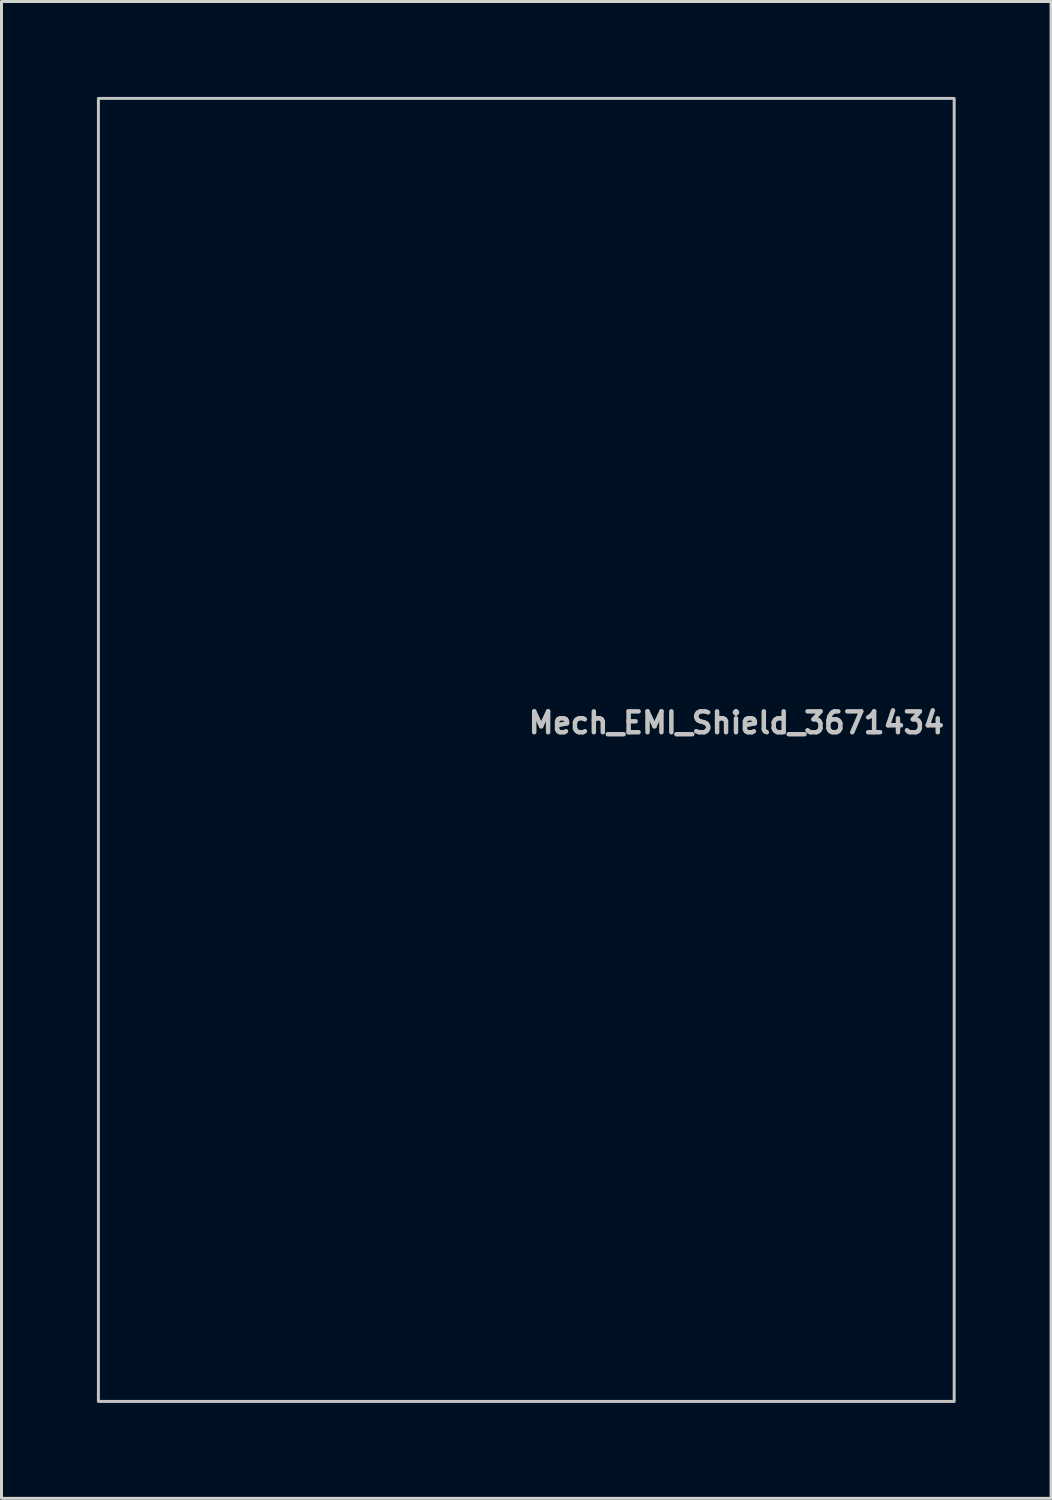
<source format=kicad_pcb>
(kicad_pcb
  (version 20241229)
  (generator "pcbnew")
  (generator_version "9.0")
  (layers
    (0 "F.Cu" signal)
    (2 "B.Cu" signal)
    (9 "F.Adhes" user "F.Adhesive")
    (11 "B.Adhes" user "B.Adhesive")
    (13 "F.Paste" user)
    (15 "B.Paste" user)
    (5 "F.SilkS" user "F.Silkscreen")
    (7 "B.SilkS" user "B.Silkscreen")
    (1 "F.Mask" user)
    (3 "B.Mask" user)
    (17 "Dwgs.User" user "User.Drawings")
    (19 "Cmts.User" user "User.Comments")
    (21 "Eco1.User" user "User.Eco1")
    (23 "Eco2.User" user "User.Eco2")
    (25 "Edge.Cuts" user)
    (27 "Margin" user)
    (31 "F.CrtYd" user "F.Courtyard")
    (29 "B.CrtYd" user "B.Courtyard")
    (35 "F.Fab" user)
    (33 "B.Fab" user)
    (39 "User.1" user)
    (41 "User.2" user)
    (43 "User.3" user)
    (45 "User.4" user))
  (footprint "Mech_EMI_Shield_3671434"
    (layer "F.Cu")
    (at 14.6 22.1)
    (property "Reference" "Mech_EMI_Shield_3671434" (at 0 -0.5 0) (unlocked yes) (layer "Dwgs.User") (effects (font (size 0.7 0.7) (thickness 0.15)) (justify left bottom)))
    (fp_rect (start -14.35 -21.85) (end 14.35 21.85) (stroke (width 0.1) (type solid)) (fill no) (layer "Dwgs.User"))
    (fp_line (start -14.35 -20.2) (end -14.35 20.2) (stroke (width 0.5) (type solid)) (layer "User.5"))
    (fp_line (start -12.7 -21.85) (end 12.7 -21.85) (stroke (width 0.5) (type solid)) (layer "User.5"))
    (fp_line (start 12.7 21.85) (end -12.7 21.85) (stroke (width 0.5) (type solid)) (layer "User.5"))
    (fp_line (start 14.35 -20.2) (end 14.35 20.2) (stroke (width 0.5) (type solid)) (layer "User.5"))
    (fp_arc (start -14.35 -20.2) (mid -13.867 -21.367) (end -12.7 -21.85) (stroke (width 0.5) (type solid)) (layer "User.5"))
    (fp_arc (start -12.7 21.85) (mid -13.867 21.367) (end -14.35 20.2) (stroke (width 0.5) (type solid)) (layer "User.5"))
    (fp_arc (start 12.7 -21.85) (mid 13.867 -21.367) (end 14.35 -20.2) (stroke (width 0.5) (type solid)) (layer "User.5"))
    (fp_arc (start 14.35 20.2) (mid 13.867 21.367) (end 12.7 21.85) (stroke (width 0.5) (type solid)) (layer "User.5"))
    (fp_line (start -14.5 -20.2) (end -14.496 -20.318) (stroke (width 0.02) (type solid)) (layer "User.9"))
    (fp_line (start -14.5 -20.2) (end -14.496 -20.318) (stroke (width 0.02) (type solid)) (layer "User.9"))
    (fp_line (start -14.5 -15.365) (end -14.5 -15.356) (stroke (width 0.02) (type solid)) (layer "User.9"))
    (fp_line (start -14.5 -15.356) (end -14.5 -15.365) (stroke (width 0.02) (type solid)) (layer "User.9"))
    (fp_line (start -14.5 -15.356) (end -14.5 -15.329) (stroke (width 0.02) (type solid)) (layer "User.9"))
    (fp_line (start -14.5 -15.329) (end -14.5 -15.356) (stroke (width 0.02) (type solid)) (layer "User.9"))
    (fp_line (start -14.5 -15.329) (end -14.5 -15.285) (stroke (width 0.02) (type solid)) (layer "User.9"))
    (fp_line (start -14.5 -15.285) (end -14.5 -15.329) (stroke (width 0.02) (type solid)) (layer "User.9"))
    (fp_line (start -14.5 -15.285) (end -14.5 -15.228) (stroke (width 0.02) (type solid)) (layer "User.9"))
    (fp_line (start -14.5 -15.228) (end -14.5 -15.285) (stroke (width 0.02) (type solid)) (layer "User.9"))
    (fp_line (start -14.5 -15.228) (end -14.5 -15.158) (stroke (width 0.02) (type solid)) (layer "User.9"))
    (fp_line (start -14.5 -15.158) (end -14.5 -15.228) (stroke (width 0.02) (type solid)) (layer "User.9"))
    (fp_line (start -14.5 -15.158) (end -14.5 -15.081) (stroke (width 0.02) (type solid)) (layer "User.9"))
    (fp_line (start -14.5 -15.081) (end -14.5 -15.158) (stroke (width 0.02) (type solid)) (layer "User.9"))
    (fp_line (start -14.5 -15.081) (end -14.5 -15) (stroke (width 0.02) (type solid)) (layer "User.9"))
    (fp_line (start -14.5 -15) (end -14.5 -15.081) (stroke (width 0.02) (type solid)) (layer "User.9"))
    (fp_line (start -14.5 -15) (end -14.5 -14.919) (stroke (width 0.02) (type solid)) (layer "User.9"))
    (fp_line (start -14.5 -14.919) (end -14.5 -15) (stroke (width 0.02) (type solid)) (layer "User.9"))
    (fp_line (start -14.5 -14.919) (end -14.5 -14.842) (stroke (width 0.02) (type solid)) (layer "User.9"))
    (fp_line (start -14.5 -14.842) (end -14.5 -14.919) (stroke (width 0.02) (type solid)) (layer "User.9"))
    (fp_line (start -14.5 -14.842) (end -14.5 -14.772) (stroke (width 0.02) (type solid)) (layer "User.9"))
    (fp_line (start -14.5 -14.772) (end -14.5 -14.842) (stroke (width 0.02) (type solid)) (layer "User.9"))
    (fp_line (start -14.5 -14.772) (end -14.5 -14.715) (stroke (width 0.02) (type solid)) (layer "User.9"))
    (fp_line (start -14.5 -14.715) (end -14.5 -14.772) (stroke (width 0.02) (type solid)) (layer "User.9"))
    (fp_line (start -14.5 -14.715) (end -14.5 -14.671) (stroke (width 0.02) (type solid)) (layer "User.9"))
    (fp_line (start -14.5 -14.671) (end -14.5 -14.715) (stroke (width 0.02) (type solid)) (layer "User.9"))
    (fp_line (start -14.5 -14.671) (end -14.5 -14.644) (stroke (width 0.02) (type solid)) (layer "User.9"))
    (fp_line (start -14.5 -14.644) (end -14.5 -14.671) (stroke (width 0.02) (type solid)) (layer "User.9"))
    (fp_line (start -14.5 -14.644) (end -14.5 -14.635) (stroke (width 0.02) (type solid)) (layer "User.9"))
    (fp_line (start -14.5 -14.635) (end -14.5 -14.644) (stroke (width 0.02) (type solid)) (layer "User.9"))
    (fp_line (start -14.5 20.2) (end -14.5 -20.2) (stroke (width 0.02) (type solid)) (layer "User.9"))
    (fp_line (start -14.5 20.2) (end -14.496 20.318) (stroke (width 0.02) (type solid)) (layer "User.9"))
    (fp_line (start -14.5 20.2) (end -14.496 20.318) (stroke (width 0.02) (type solid)) (layer "User.9"))
    (fp_line (start -14.496 -20.318) (end -14.485 -20.435) (stroke (width 0.02) (type solid)) (layer "User.9"))
    (fp_line (start -14.496 -20.318) (end -14.485 -20.435) (stroke (width 0.02) (type solid)) (layer "User.9"))
    (fp_line (start -14.496 20.318) (end -14.485 20.435) (stroke (width 0.02) (type solid)) (layer "User.9"))
    (fp_line (start -14.496 20.318) (end -14.485 20.435) (stroke (width 0.02) (type solid)) (layer "User.9"))
    (fp_line (start -14.495 -20.2) (end -14.5 -20.2) (stroke (width 0.02) (type solid)) (layer "User.9"))
    (fp_line (start -14.495 20.2) (end -14.5 20.2) (stroke (width 0.02) (type solid)) (layer "User.9"))
    (fp_line (start -14.485 -20.435) (end -14.465 -20.551) (stroke (width 0.02) (type solid)) (layer "User.9"))
    (fp_line (start -14.485 -20.435) (end -14.465 -20.551) (stroke (width 0.02) (type solid)) (layer "User.9"))
    (fp_line (start -14.485 20.435) (end -14.465 20.551) (stroke (width 0.02) (type solid)) (layer "User.9"))
    (fp_line (start -14.485 20.435) (end -14.465 20.551) (stroke (width 0.02) (type solid)) (layer "User.9"))
    (fp_line (start -14.48 -20.2) (end -14.495 -20.2) (stroke (width 0.02) (type solid)) (layer "User.9"))
    (fp_line (start -14.48 20.2) (end -14.495 20.2) (stroke (width 0.02) (type solid)) (layer "User.9"))
    (fp_line (start -14.465 -20.551) (end -14.439 -20.666) (stroke (width 0.02) (type solid)) (layer "User.9"))
    (fp_line (start -14.465 -20.551) (end -14.439 -20.666) (stroke (width 0.02) (type solid)) (layer "User.9"))
    (fp_line (start -14.465 20.551) (end -14.439 20.666) (stroke (width 0.02) (type solid)) (layer "User.9"))
    (fp_line (start -14.465 20.551) (end -14.439 20.666) (stroke (width 0.02) (type solid)) (layer "User.9"))
    (fp_line (start -14.455 -20.2) (end -14.48 -20.2) (stroke (width 0.02) (type solid)) (layer "User.9"))
    (fp_line (start -14.455 20.2) (end -14.48 20.2) (stroke (width 0.02) (type solid)) (layer "User.9"))
    (fp_line (start -14.439 -20.666) (end -14.404 -20.779) (stroke (width 0.02) (type solid)) (layer "User.9"))
    (fp_line (start -14.439 -20.666) (end -14.404 -20.779) (stroke (width 0.02) (type solid)) (layer "User.9"))
    (fp_line (start -14.439 20.666) (end -14.404 20.779) (stroke (width 0.02) (type solid)) (layer "User.9"))
    (fp_line (start -14.439 20.666) (end -14.404 20.779) (stroke (width 0.02) (type solid)) (layer "User.9"))
    (fp_line (start -14.421 -20.2) (end -14.455 -20.2) (stroke (width 0.02) (type solid)) (layer "User.9"))
    (fp_line (start -14.421 20.2) (end -14.455 20.2) (stroke (width 0.02) (type solid)) (layer "User.9"))
    (fp_line (start -14.404 -20.779) (end -14.363 -20.889) (stroke (width 0.02) (type solid)) (layer "User.9"))
    (fp_line (start -14.404 -20.779) (end -14.363 -20.889) (stroke (width 0.02) (type solid)) (layer "User.9"))
    (fp_line (start -14.404 20.779) (end -14.363 20.889) (stroke (width 0.02) (type solid)) (layer "User.9"))
    (fp_line (start -14.404 20.779) (end -14.363 20.889) (stroke (width 0.02) (type solid)) (layer "User.9"))
    (fp_line (start -14.377 -20.2) (end -14.421 -20.2) (stroke (width 0.02) (type solid)) (layer "User.9"))
    (fp_line (start -14.377 20.2) (end -14.421 20.2) (stroke (width 0.02) (type solid)) (layer "User.9"))
    (fp_line (start -14.363 -20.889) (end -14.314 -20.996) (stroke (width 0.02) (type solid)) (layer "User.9"))
    (fp_line (start -14.363 -20.889) (end -14.314 -20.996) (stroke (width 0.02) (type solid)) (layer "User.9"))
    (fp_line (start -14.363 20.889) (end -14.314 20.996) (stroke (width 0.02) (type solid)) (layer "User.9"))
    (fp_line (start -14.363 20.889) (end -14.314 20.996) (stroke (width 0.02) (type solid)) (layer "User.9"))
    (fp_line (start -14.325 -20.2) (end -14.377 -20.2) (stroke (width 0.02) (type solid)) (layer "User.9"))
    (fp_line (start -14.325 20.2) (end -14.377 20.2) (stroke (width 0.02) (type solid)) (layer "User.9"))
    (fp_line (start -14.314 -20.996) (end -14.259 -21.1) (stroke (width 0.02) (type solid)) (layer "User.9"))
    (fp_line (start -14.314 -20.996) (end -14.259 -21.1) (stroke (width 0.02) (type solid)) (layer "User.9"))
    (fp_line (start -14.314 20.996) (end -14.259 21.1) (stroke (width 0.02) (type solid)) (layer "User.9"))
    (fp_line (start -14.314 20.996) (end -14.259 21.1) (stroke (width 0.02) (type solid)) (layer "User.9"))
    (fp_line (start -14.266 -20.2) (end -14.325 -20.2) (stroke (width 0.02) (type solid)) (layer "User.9"))
    (fp_line (start -14.266 20.2) (end -14.325 20.2) (stroke (width 0.02) (type solid)) (layer "User.9"))
    (fp_line (start -14.259 -21.1) (end -14.197 -21.2) (stroke (width 0.02) (type solid)) (layer "User.9"))
    (fp_line (start -14.259 -21.1) (end -14.197 -21.2) (stroke (width 0.02) (type solid)) (layer "User.9"))
    (fp_line (start -14.259 21.1) (end -14.197 21.2) (stroke (width 0.02) (type solid)) (layer "User.9"))
    (fp_line (start -14.259 21.1) (end -14.197 21.2) (stroke (width 0.02) (type solid)) (layer "User.9"))
    (fp_line (start -14.199 -20.2) (end -14.266 -20.2) (stroke (width 0.02) (type solid)) (layer "User.9"))
    (fp_line (start -14.199 20.2) (end -14.266 20.2) (stroke (width 0.02) (type solid)) (layer "User.9"))
    (fp_line (start -14.197 -21.2) (end -14.128 -21.296) (stroke (width 0.02) (type solid)) (layer "User.9"))
    (fp_line (start -14.197 -21.2) (end -14.128 -21.296) (stroke (width 0.02) (type solid)) (layer "User.9"))
    (fp_line (start -14.197 21.2) (end -14.128 21.296) (stroke (width 0.02) (type solid)) (layer "User.9"))
    (fp_line (start -14.197 21.2) (end -14.128 21.296) (stroke (width 0.02) (type solid)) (layer "User.9"))
    (fp_line (start -14.128 -21.296) (end -14.053 -21.387) (stroke (width 0.02) (type solid)) (layer "User.9"))
    (fp_line (start -14.128 -21.296) (end -14.053 -21.387) (stroke (width 0.02) (type solid)) (layer "User.9"))
    (fp_line (start -14.128 21.296) (end -14.053 21.387) (stroke (width 0.02) (type solid)) (layer "User.9"))
    (fp_line (start -14.128 21.296) (end -14.053 21.387) (stroke (width 0.02) (type solid)) (layer "User.9"))
    (fp_line (start -14.126 -20.2) (end -14.199 -20.2) (stroke (width 0.02) (type solid)) (layer "User.9"))
    (fp_line (start -14.126 20.2) (end -14.199 20.2) (stroke (width 0.02) (type solid)) (layer "User.9"))
    (fp_line (start -14.053 -21.387) (end -13.973 -21.473) (stroke (width 0.02) (type solid)) (layer "User.9"))
    (fp_line (start -14.053 -21.387) (end -13.973 -21.473) (stroke (width 0.02) (type solid)) (layer "User.9"))
    (fp_line (start -14.053 21.387) (end -13.973 21.473) (stroke (width 0.02) (type solid)) (layer "User.9"))
    (fp_line (start -14.053 21.387) (end -13.973 21.473) (stroke (width 0.02) (type solid)) (layer "User.9"))
    (fp_line (start -14.047 -20.2) (end -14.126 -20.2) (stroke (width 0.02) (type solid)) (layer "User.9"))
    (fp_line (start -14.047 20.2) (end -14.126 20.2) (stroke (width 0.02) (type solid)) (layer "User.9"))
    (fp_line (start -13.973 -21.473) (end -13.887 -21.553) (stroke (width 0.02) (type solid)) (layer "User.9"))
    (fp_line (start -13.973 -21.473) (end -13.887 -21.553) (stroke (width 0.02) (type solid)) (layer "User.9"))
    (fp_line (start -13.973 21.473) (end -13.887 21.553) (stroke (width 0.02) (type solid)) (layer "User.9"))
    (fp_line (start -13.973 21.473) (end -13.887 21.553) (stroke (width 0.02) (type solid)) (layer "User.9"))
    (fp_line (start -13.964 -20.2) (end -14.047 -20.2) (stroke (width 0.02) (type solid)) (layer "User.9"))
    (fp_line (start -13.964 20.2) (end -14.047 20.2) (stroke (width 0.02) (type solid)) (layer "User.9"))
    (fp_line (start -13.887 -21.553) (end -13.796 -21.628) (stroke (width 0.02) (type solid)) (layer "User.9"))
    (fp_line (start -13.887 -21.553) (end -13.796 -21.628) (stroke (width 0.02) (type solid)) (layer "User.9"))
    (fp_line (start -13.887 21.553) (end -13.796 21.628) (stroke (width 0.02) (type solid)) (layer "User.9"))
    (fp_line (start -13.887 21.553) (end -13.796 21.628) (stroke (width 0.02) (type solid)) (layer "User.9"))
    (fp_line (start -13.878 -20.2) (end -13.964 -20.2) (stroke (width 0.02) (type solid)) (layer "User.9"))
    (fp_line (start -13.878 20.2) (end -13.964 20.2) (stroke (width 0.02) (type solid)) (layer "User.9"))
    (fp_line (start -13.796 -21.628) (end -13.7 -21.697) (stroke (width 0.02) (type solid)) (layer "User.9"))
    (fp_line (start -13.796 -21.628) (end -13.7 -21.697) (stroke (width 0.02) (type solid)) (layer "User.9"))
    (fp_line (start -13.796 21.628) (end -13.7 21.697) (stroke (width 0.02) (type solid)) (layer "User.9"))
    (fp_line (start -13.796 21.628) (end -13.7 21.697) (stroke (width 0.02) (type solid)) (layer "User.9"))
    (fp_line (start -13.79 -20.2) (end -13.878 -20.2) (stroke (width 0.02) (type solid)) (layer "User.9"))
    (fp_line (start -13.79 20.2) (end -13.878 20.2) (stroke (width 0.02) (type solid)) (layer "User.9"))
    (fp_line (start -13.7 -21.697) (end -13.6 -21.759) (stroke (width 0.02) (type solid)) (layer "User.9"))
    (fp_line (start -13.7 -21.697) (end -13.6 -21.759) (stroke (width 0.02) (type solid)) (layer "User.9"))
    (fp_line (start -13.7 -20.2) (end -13.79 -20.2) (stroke (width 0.02) (type solid)) (layer "User.9"))
    (fp_line (start -13.7 -20.2) (end -13.696 -20.287) (stroke (width 0.02) (type solid)) (layer "User.9"))
    (fp_line (start -13.7 20.2) (end -13.79 20.2) (stroke (width 0.02) (type solid)) (layer "User.9"))
    (fp_line (start -13.7 20.2) (end -13.7 -20.2) (stroke (width 0.02) (type solid)) (layer "User.9"))
    (fp_line (start -13.7 20.2) (end -13.696 20.287) (stroke (width 0.02) (type solid)) (layer "User.9"))
    (fp_line (start -13.7 21.697) (end -13.6 21.759) (stroke (width 0.02) (type solid)) (layer "User.9"))
    (fp_line (start -13.7 21.697) (end -13.6 21.759) (stroke (width 0.02) (type solid)) (layer "User.9"))
    (fp_line (start -13.696 -20.287) (end -13.685 -20.374) (stroke (width 0.02) (type solid)) (layer "User.9"))
    (fp_line (start -13.696 20.287) (end -13.685 20.374) (stroke (width 0.02) (type solid)) (layer "User.9"))
    (fp_line (start -13.685 -20.374) (end -13.666 -20.459) (stroke (width 0.02) (type solid)) (layer "User.9"))
    (fp_line (start -13.685 20.374) (end -13.666 20.459) (stroke (width 0.02) (type solid)) (layer "User.9"))
    (fp_line (start -13.666 -20.459) (end -13.64 -20.542) (stroke (width 0.02) (type solid)) (layer "User.9"))
    (fp_line (start -13.666 20.459) (end -13.64 20.542) (stroke (width 0.02) (type solid)) (layer "User.9"))
    (fp_line (start -13.64 -20.542) (end -13.606 -20.623) (stroke (width 0.02) (type solid)) (layer "User.9"))
    (fp_line (start -13.64 20.542) (end -13.606 20.623) (stroke (width 0.02) (type solid)) (layer "User.9"))
    (fp_line (start -13.606 -20.623) (end -13.566 -20.7) (stroke (width 0.02) (type solid)) (layer "User.9"))
    (fp_line (start -13.606 20.623) (end -13.566 20.7) (stroke (width 0.02) (type solid)) (layer "User.9"))
    (fp_line (start -13.6 -21.759) (end -13.496 -21.814) (stroke (width 0.02) (type solid)) (layer "User.9"))
    (fp_line (start -13.6 -21.759) (end -13.496 -21.814) (stroke (width 0.02) (type solid)) (layer "User.9"))
    (fp_line (start -13.6 21.759) (end -13.496 21.814) (stroke (width 0.02) (type solid)) (layer "User.9"))
    (fp_line (start -13.6 21.759) (end -13.496 21.814) (stroke (width 0.02) (type solid)) (layer "User.9"))
    (fp_line (start -13.566 -20.7) (end -13.519 -20.774) (stroke (width 0.02) (type solid)) (layer "User.9"))
    (fp_line (start -13.566 20.7) (end -13.519 20.774) (stroke (width 0.02) (type solid)) (layer "User.9"))
    (fp_line (start -13.519 -20.774) (end -13.466 -20.843) (stroke (width 0.02) (type solid)) (layer "User.9"))
    (fp_line (start -13.519 20.774) (end -13.466 20.843) (stroke (width 0.02) (type solid)) (layer "User.9"))
    (fp_line (start -13.496 -21.814) (end -13.389 -21.863) (stroke (width 0.02) (type solid)) (layer "User.9"))
    (fp_line (start -13.496 -21.814) (end -13.389 -21.863) (stroke (width 0.02) (type solid)) (layer "User.9"))
    (fp_line (start -13.496 21.814) (end -13.389 21.863) (stroke (width 0.02) (type solid)) (layer "User.9"))
    (fp_line (start -13.496 21.814) (end -13.389 21.863) (stroke (width 0.02) (type solid)) (layer "User.9"))
    (fp_line (start -13.466 -20.843) (end -13.407 -20.907) (stroke (width 0.02) (type solid)) (layer "User.9"))
    (fp_line (start -13.466 20.843) (end -13.407 20.907) (stroke (width 0.02) (type solid)) (layer "User.9"))
    (fp_line (start -13.407 -20.907) (end -13.343 -20.966) (stroke (width 0.02) (type solid)) (layer "User.9"))
    (fp_line (start -13.407 20.907) (end -13.343 20.966) (stroke (width 0.02) (type solid)) (layer "User.9"))
    (fp_line (start -13.389 -21.863) (end -13.279 -21.904) (stroke (width 0.02) (type solid)) (layer "User.9"))
    (fp_line (start -13.389 -21.863) (end -13.279 -21.904) (stroke (width 0.02) (type solid)) (layer "User.9"))
    (fp_line (start -13.389 21.863) (end -13.279 21.904) (stroke (width 0.02) (type solid)) (layer "User.9"))
    (fp_line (start -13.389 21.863) (end -13.279 21.904) (stroke (width 0.02) (type solid)) (layer "User.9"))
    (fp_line (start -13.343 -20.966) (end -13.274 -21.019) (stroke (width 0.02) (type solid)) (layer "User.9"))
    (fp_line (start -13.343 20.966) (end -13.274 21.019) (stroke (width 0.02) (type solid)) (layer "User.9"))
    (fp_line (start -13.279 -21.904) (end -13.166 -21.939) (stroke (width 0.02) (type solid)) (layer "User.9"))
    (fp_line (start -13.279 -21.904) (end -13.166 -21.939) (stroke (width 0.02) (type solid)) (layer "User.9"))
    (fp_line (start -13.279 21.904) (end -13.166 21.939) (stroke (width 0.02) (type solid)) (layer "User.9"))
    (fp_line (start -13.279 21.904) (end -13.166 21.939) (stroke (width 0.02) (type solid)) (layer "User.9"))
    (fp_line (start -13.274 -21.019) (end -13.2 -21.066) (stroke (width 0.02) (type solid)) (layer "User.9"))
    (fp_line (start -13.274 21.019) (end -13.2 21.066) (stroke (width 0.02) (type solid)) (layer "User.9"))
    (fp_line (start -13.2 -21.066) (end -13.123 -21.106) (stroke (width 0.02) (type solid)) (layer "User.9"))
    (fp_line (start -13.2 21.066) (end -13.123 21.106) (stroke (width 0.02) (type solid)) (layer "User.9"))
    (fp_line (start -13.166 -21.939) (end -13.051 -21.965) (stroke (width 0.02) (type solid)) (layer "User.9"))
    (fp_line (start -13.166 -21.939) (end -13.051 -21.965) (stroke (width 0.02) (type solid)) (layer "User.9"))
    (fp_line (start -13.166 21.939) (end -13.051 21.965) (stroke (width 0.02) (type solid)) (layer "User.9"))
    (fp_line (start -13.166 21.939) (end -13.051 21.965) (stroke (width 0.02) (type solid)) (layer "User.9"))
    (fp_line (start -13.123 -21.106) (end -13.042 -21.14) (stroke (width 0.02) (type solid)) (layer "User.9"))
    (fp_line (start -13.123 21.106) (end -13.042 21.14) (stroke (width 0.02) (type solid)) (layer "User.9"))
    (fp_line (start -13.051 -21.965) (end -12.935 -21.985) (stroke (width 0.02) (type solid)) (layer "User.9"))
    (fp_line (start -13.051 -21.965) (end -12.935 -21.985) (stroke (width 0.02) (type solid)) (layer "User.9"))
    (fp_line (start -13.051 21.965) (end -12.935 21.985) (stroke (width 0.02) (type solid)) (layer "User.9"))
    (fp_line (start -13.051 21.965) (end -12.935 21.985) (stroke (width 0.02) (type solid)) (layer "User.9"))
    (fp_line (start -13.042 -21.14) (end -12.959 -21.166) (stroke (width 0.02) (type solid)) (layer "User.9"))
    (fp_line (start -13.042 21.14) (end -12.959 21.166) (stroke (width 0.02) (type solid)) (layer "User.9"))
    (fp_line (start -12.959 -21.166) (end -12.874 -21.185) (stroke (width 0.02) (type solid)) (layer "User.9"))
    (fp_line (start -12.959 21.166) (end -12.874 21.185) (stroke (width 0.02) (type solid)) (layer "User.9"))
    (fp_line (start -12.935 -21.985) (end -12.818 -21.996) (stroke (width 0.02) (type solid)) (layer "User.9"))
    (fp_line (start -12.935 -21.985) (end -12.818 -21.996) (stroke (width 0.02) (type solid)) (layer "User.9"))
    (fp_line (start -12.935 21.985) (end -12.818 21.996) (stroke (width 0.02) (type solid)) (layer "User.9"))
    (fp_line (start -12.935 21.985) (end -12.818 21.996) (stroke (width 0.02) (type solid)) (layer "User.9"))
    (fp_line (start -12.874 -21.185) (end -12.787 -21.196) (stroke (width 0.02) (type solid)) (layer "User.9"))
    (fp_line (start -12.874 21.185) (end -12.787 21.196) (stroke (width 0.02) (type solid)) (layer "User.9"))
    (fp_line (start -12.818 -21.996) (end -12.7 -22) (stroke (width 0.02) (type solid)) (layer "User.9"))
    (fp_line (start -12.818 -21.996) (end -12.7 -22) (stroke (width 0.02) (type solid)) (layer "User.9"))
    (fp_line (start -12.818 21.996) (end -12.7 22) (stroke (width 0.02) (type solid)) (layer "User.9"))
    (fp_line (start -12.818 21.996) (end -12.7 22) (stroke (width 0.02) (type solid)) (layer "User.9"))
    (fp_line (start -12.787 -21.196) (end -12.7 -21.2) (stroke (width 0.02) (type solid)) (layer "User.9"))
    (fp_line (start -12.787 21.196) (end -12.7 21.2) (stroke (width 0.02) (type solid)) (layer "User.9"))
    (fp_line (start -12.7 -21.995) (end -12.7 -22) (stroke (width 0.02) (type solid)) (layer "User.9"))
    (fp_line (start -12.7 -21.98) (end -12.7 -21.995) (stroke (width 0.02) (type solid)) (layer "User.9"))
    (fp_line (start -12.7 -21.955) (end -12.7 -21.98) (stroke (width 0.02) (type solid)) (layer "User.9"))
    (fp_line (start -12.7 -21.921) (end -12.7 -21.955) (stroke (width 0.02) (type solid)) (layer "User.9"))
    (fp_line (start -12.7 -21.877) (end -12.7 -21.921) (stroke (width 0.02) (type solid)) (layer "User.9"))
    (fp_line (start -12.7 -21.825) (end -12.7 -21.877) (stroke (width 0.02) (type solid)) (layer "User.9"))
    (fp_line (start -12.7 -21.766) (end -12.7 -21.825) (stroke (width 0.02) (type solid)) (layer "User.9"))
    (fp_line (start -12.7 -21.699) (end -12.7 -21.766) (stroke (width 0.02) (type solid)) (layer "User.9"))
    (fp_line (start -12.7 -21.626) (end -12.7 -21.699) (stroke (width 0.02) (type solid)) (layer "User.9"))
    (fp_line (start -12.7 -21.547) (end -12.7 -21.626) (stroke (width 0.02) (type solid)) (layer "User.9"))
    (fp_line (start -12.7 -21.464) (end -12.7 -21.547) (stroke (width 0.02) (type solid)) (layer "User.9"))
    (fp_line (start -12.7 -21.378) (end -12.7 -21.464) (stroke (width 0.02) (type solid)) (layer "User.9"))
    (fp_line (start -12.7 -21.29) (end -12.7 -21.378) (stroke (width 0.02) (type solid)) (layer "User.9"))
    (fp_line (start -12.7 -21.2) (end -12.7 -21.29) (stroke (width 0.02) (type solid)) (layer "User.9"))
    (fp_line (start -12.7 21.2) (end -12.7 21.29) (stroke (width 0.02) (type solid)) (layer "User.9"))
    (fp_line (start -12.7 21.29) (end -12.7 21.378) (stroke (width 0.02) (type solid)) (layer "User.9"))
    (fp_line (start -12.7 21.378) (end -12.7 21.464) (stroke (width 0.02) (type solid)) (layer "User.9"))
    (fp_line (start -12.7 21.464) (end -12.7 21.547) (stroke (width 0.02) (type solid)) (layer "User.9"))
    (fp_line (start -12.7 21.547) (end -12.7 21.626) (stroke (width 0.02) (type solid)) (layer "User.9"))
    (fp_line (start -12.7 21.626) (end -12.7 21.699) (stroke (width 0.02) (type solid)) (layer "User.9"))
    (fp_line (start -12.7 21.699) (end -12.7 21.766) (stroke (width 0.02) (type solid)) (layer "User.9"))
    (fp_line (start -12.7 21.766) (end -12.7 21.825) (stroke (width 0.02) (type solid)) (layer "User.9"))
    (fp_line (start -12.7 21.825) (end -12.7 21.877) (stroke (width 0.02) (type solid)) (layer "User.9"))
    (fp_line (start -12.7 21.877) (end -12.7 21.921) (stroke (width 0.02) (type solid)) (layer "User.9"))
    (fp_line (start -12.7 21.921) (end -12.7 21.955) (stroke (width 0.02) (type solid)) (layer "User.9"))
    (fp_line (start -12.7 21.955) (end -12.7 21.98) (stroke (width 0.02) (type solid)) (layer "User.9"))
    (fp_line (start -12.7 21.98) (end -12.7 21.995) (stroke (width 0.02) (type solid)) (layer "User.9"))
    (fp_line (start -12.7 21.995) (end -12.7 22) (stroke (width 0.02) (type solid)) (layer "User.9"))
    (fp_line (start 12.7 -22) (end -12.7 -22) (stroke (width 0.02) (type solid)) (layer "User.9"))
    (fp_line (start 12.7 -21.995) (end 12.7 -22) (stroke (width 0.02) (type solid)) (layer "User.9"))
    (fp_line (start 12.7 -21.98) (end 12.7 -21.995) (stroke (width 0.02) (type solid)) (layer "User.9"))
    (fp_line (start 12.7 -21.955) (end 12.7 -21.98) (stroke (width 0.02) (type solid)) (layer "User.9"))
    (fp_line (start 12.7 -21.921) (end 12.7 -21.955) (stroke (width 0.02) (type solid)) (layer "User.9"))
    (fp_line (start 12.7 -21.877) (end 12.7 -21.921) (stroke (width 0.02) (type solid)) (layer "User.9"))
    (fp_line (start 12.7 -21.825) (end 12.7 -21.877) (stroke (width 0.02) (type solid)) (layer "User.9"))
    (fp_line (start 12.7 -21.766) (end 12.7 -21.825) (stroke (width 0.02) (type solid)) (layer "User.9"))
    (fp_line (start 12.7 -21.699) (end 12.7 -21.766) (stroke (width 0.02) (type solid)) (layer "User.9"))
    (fp_line (start 12.7 -21.626) (end 12.7 -21.699) (stroke (width 0.02) (type solid)) (layer "User.9"))
    (fp_line (start 12.7 -21.547) (end 12.7 -21.626) (stroke (width 0.02) (type solid)) (layer "User.9"))
    (fp_line (start 12.7 -21.464) (end 12.7 -21.547) (stroke (width 0.02) (type solid)) (layer "User.9"))
    (fp_line (start 12.7 -21.378) (end 12.7 -21.464) (stroke (width 0.02) (type solid)) (layer "User.9"))
    (fp_line (start 12.7 -21.29) (end 12.7 -21.378) (stroke (width 0.02) (type solid)) (layer "User.9"))
    (fp_line (start 12.7 -21.2) (end -12.7 -21.2) (stroke (width 0.02) (type solid)) (layer "User.9"))
    (fp_line (start 12.7 -21.2) (end 12.7 -21.29) (stroke (width 0.02) (type solid)) (layer "User.9"))
    (fp_line (start 12.7 21.2) (end -12.7 21.2) (stroke (width 0.02) (type solid)) (layer "User.9"))
    (fp_line (start 12.7 21.2) (end 12.7 21.29) (stroke (width 0.02) (type solid)) (layer "User.9"))
    (fp_line (start 12.7 21.29) (end 12.7 21.378) (stroke (width 0.02) (type solid)) (layer "User.9"))
    (fp_line (start 12.7 21.378) (end 12.7 21.464) (stroke (width 0.02) (type solid)) (layer "User.9"))
    (fp_line (start 12.7 21.464) (end 12.7 21.547) (stroke (width 0.02) (type solid)) (layer "User.9"))
    (fp_line (start 12.7 21.547) (end 12.7 21.626) (stroke (width 0.02) (type solid)) (layer "User.9"))
    (fp_line (start 12.7 21.626) (end 12.7 21.699) (stroke (width 0.02) (type solid)) (layer "User.9"))
    (fp_line (start 12.7 21.699) (end 12.7 21.766) (stroke (width 0.02) (type solid)) (layer "User.9"))
    (fp_line (start 12.7 21.766) (end 12.7 21.825) (stroke (width 0.02) (type solid)) (layer "User.9"))
    (fp_line (start 12.7 21.825) (end 12.7 21.877) (stroke (width 0.02) (type solid)) (layer "User.9"))
    (fp_line (start 12.7 21.877) (end 12.7 21.921) (stroke (width 0.02) (type solid)) (layer "User.9"))
    (fp_line (start 12.7 21.921) (end 12.7 21.955) (stroke (width 0.02) (type solid)) (layer "User.9"))
    (fp_line (start 12.7 21.955) (end 12.7 21.98) (stroke (width 0.02) (type solid)) (layer "User.9"))
    (fp_line (start 12.7 21.98) (end 12.7 21.995) (stroke (width 0.02) (type solid)) (layer "User.9"))
    (fp_line (start 12.7 21.995) (end 12.7 22) (stroke (width 0.02) (type solid)) (layer "User.9"))
    (fp_line (start 12.7 22) (end -12.7 22) (stroke (width 0.02) (type solid)) (layer "User.9"))
    (fp_line (start 12.787 -21.196) (end 12.7 -21.2) (stroke (width 0.02) (type solid)) (layer "User.9"))
    (fp_line (start 12.787 21.196) (end 12.7 21.2) (stroke (width 0.02) (type solid)) (layer "User.9"))
    (fp_line (start 12.818 -21.996) (end 12.7 -22) (stroke (width 0.02) (type solid)) (layer "User.9"))
    (fp_line (start 12.818 -21.996) (end 12.7 -22) (stroke (width 0.02) (type solid)) (layer "User.9"))
    (fp_line (start 12.818 21.996) (end 12.7 22) (stroke (width 0.02) (type solid)) (layer "User.9"))
    (fp_line (start 12.818 21.996) (end 12.7 22) (stroke (width 0.02) (type solid)) (layer "User.9"))
    (fp_line (start 12.874 -21.185) (end 12.787 -21.196) (stroke (width 0.02) (type solid)) (layer "User.9"))
    (fp_line (start 12.874 21.185) (end 12.787 21.196) (stroke (width 0.02) (type solid)) (layer "User.9"))
    (fp_line (start 12.935 -21.985) (end 12.818 -21.996) (stroke (width 0.02) (type solid)) (layer "User.9"))
    (fp_line (start 12.935 -21.985) (end 12.818 -21.996) (stroke (width 0.02) (type solid)) (layer "User.9"))
    (fp_line (start 12.935 21.985) (end 12.818 21.996) (stroke (width 0.02) (type solid)) (layer "User.9"))
    (fp_line (start 12.935 21.985) (end 12.818 21.996) (stroke (width 0.02) (type solid)) (layer "User.9"))
    (fp_line (start 12.959 -21.166) (end 12.874 -21.185) (stroke (width 0.02) (type solid)) (layer "User.9"))
    (fp_line (start 12.959 21.166) (end 12.874 21.185) (stroke (width 0.02) (type solid)) (layer "User.9"))
    (fp_line (start 13.042 -21.14) (end 12.959 -21.166) (stroke (width 0.02) (type solid)) (layer "User.9"))
    (fp_line (start 13.042 21.14) (end 12.959 21.166) (stroke (width 0.02) (type solid)) (layer "User.9"))
    (fp_line (start 13.051 -21.965) (end 12.935 -21.985) (stroke (width 0.02) (type solid)) (layer "User.9"))
    (fp_line (start 13.051 -21.965) (end 12.935 -21.985) (stroke (width 0.02) (type solid)) (layer "User.9"))
    (fp_line (start 13.051 21.965) (end 12.935 21.985) (stroke (width 0.02) (type solid)) (layer "User.9"))
    (fp_line (start 13.051 21.965) (end 12.935 21.985) (stroke (width 0.02) (type solid)) (layer "User.9"))
    (fp_line (start 13.123 -21.106) (end 13.042 -21.14) (stroke (width 0.02) (type solid)) (layer "User.9"))
    (fp_line (start 13.123 21.106) (end 13.042 21.14) (stroke (width 0.02) (type solid)) (layer "User.9"))
    (fp_line (start 13.166 -21.939) (end 13.051 -21.965) (stroke (width 0.02) (type solid)) (layer "User.9"))
    (fp_line (start 13.166 -21.939) (end 13.051 -21.965) (stroke (width 0.02) (type solid)) (layer "User.9"))
    (fp_line (start 13.166 21.939) (end 13.051 21.965) (stroke (width 0.02) (type solid)) (layer "User.9"))
    (fp_line (start 13.166 21.939) (end 13.051 21.965) (stroke (width 0.02) (type solid)) (layer "User.9"))
    (fp_line (start 13.2 -21.066) (end 13.123 -21.106) (stroke (width 0.02) (type solid)) (layer "User.9"))
    (fp_line (start 13.2 21.066) (end 13.123 21.106) (stroke (width 0.02) (type solid)) (layer "User.9"))
    (fp_line (start 13.274 -21.019) (end 13.2 -21.066) (stroke (width 0.02) (type solid)) (layer "User.9"))
    (fp_line (start 13.274 21.019) (end 13.2 21.066) (stroke (width 0.02) (type solid)) (layer "User.9"))
    (fp_line (start 13.279 -21.904) (end 13.166 -21.939) (stroke (width 0.02) (type solid)) (layer "User.9"))
    (fp_line (start 13.279 -21.904) (end 13.166 -21.939) (stroke (width 0.02) (type solid)) (layer "User.9"))
    (fp_line (start 13.279 21.904) (end 13.166 21.939) (stroke (width 0.02) (type solid)) (layer "User.9"))
    (fp_line (start 13.279 21.904) (end 13.166 21.939) (stroke (width 0.02) (type solid)) (layer "User.9"))
    (fp_line (start 13.343 -20.966) (end 13.274 -21.019) (stroke (width 0.02) (type solid)) (layer "User.9"))
    (fp_line (start 13.343 20.966) (end 13.274 21.019) (stroke (width 0.02) (type solid)) (layer "User.9"))
    (fp_line (start 13.389 -21.863) (end 13.279 -21.904) (stroke (width 0.02) (type solid)) (layer "User.9"))
    (fp_line (start 13.389 -21.863) (end 13.279 -21.904) (stroke (width 0.02) (type solid)) (layer "User.9"))
    (fp_line (start 13.389 21.863) (end 13.279 21.904) (stroke (width 0.02) (type solid)) (layer "User.9"))
    (fp_line (start 13.389 21.863) (end 13.279 21.904) (stroke (width 0.02) (type solid)) (layer "User.9"))
    (fp_line (start 13.407 -20.907) (end 13.343 -20.966) (stroke (width 0.02) (type solid)) (layer "User.9"))
    (fp_line (start 13.407 20.907) (end 13.343 20.966) (stroke (width 0.02) (type solid)) (layer "User.9"))
    (fp_line (start 13.466 -20.843) (end 13.407 -20.907) (stroke (width 0.02) (type solid)) (layer "User.9"))
    (fp_line (start 13.466 20.843) (end 13.407 20.907) (stroke (width 0.02) (type solid)) (layer "User.9"))
    (fp_line (start 13.496 -21.814) (end 13.389 -21.863) (stroke (width 0.02) (type solid)) (layer "User.9"))
    (fp_line (start 13.496 -21.814) (end 13.389 -21.863) (stroke (width 0.02) (type solid)) (layer "User.9"))
    (fp_line (start 13.496 21.814) (end 13.389 21.863) (stroke (width 0.02) (type solid)) (layer "User.9"))
    (fp_line (start 13.496 21.814) (end 13.389 21.863) (stroke (width 0.02) (type solid)) (layer "User.9"))
    (fp_line (start 13.519 -20.774) (end 13.466 -20.843) (stroke (width 0.02) (type solid)) (layer "User.9"))
    (fp_line (start 13.519 20.774) (end 13.466 20.843) (stroke (width 0.02) (type solid)) (layer "User.9"))
    (fp_line (start 13.566 -20.7) (end 13.519 -20.774) (stroke (width 0.02) (type solid)) (layer "User.9"))
    (fp_line (start 13.566 20.7) (end 13.519 20.774) (stroke (width 0.02) (type solid)) (layer "User.9"))
    (fp_line (start 13.6 -21.759) (end 13.496 -21.814) (stroke (width 0.02) (type solid)) (layer "User.9"))
    (fp_line (start 13.6 -21.759) (end 13.496 -21.814) (stroke (width 0.02) (type solid)) (layer "User.9"))
    (fp_line (start 13.6 21.759) (end 13.496 21.814) (stroke (width 0.02) (type solid)) (layer "User.9"))
    (fp_line (start 13.6 21.759) (end 13.496 21.814) (stroke (width 0.02) (type solid)) (layer "User.9"))
    (fp_line (start 13.606 -20.623) (end 13.566 -20.7) (stroke (width 0.02) (type solid)) (layer "User.9"))
    (fp_line (start 13.606 20.623) (end 13.566 20.7) (stroke (width 0.02) (type solid)) (layer "User.9"))
    (fp_line (start 13.64 -20.542) (end 13.606 -20.623) (stroke (width 0.02) (type solid)) (layer "User.9"))
    (fp_line (start 13.64 20.542) (end 13.606 20.623) (stroke (width 0.02) (type solid)) (layer "User.9"))
    (fp_line (start 13.666 -20.459) (end 13.64 -20.542) (stroke (width 0.02) (type solid)) (layer "User.9"))
    (fp_line (start 13.666 20.459) (end 13.64 20.542) (stroke (width 0.02) (type solid)) (layer "User.9"))
    (fp_line (start 13.685 -20.374) (end 13.666 -20.459) (stroke (width 0.02) (type solid)) (layer "User.9"))
    (fp_line (start 13.685 20.374) (end 13.666 20.459) (stroke (width 0.02) (type solid)) (layer "User.9"))
    (fp_line (start 13.696 -20.287) (end 13.685 -20.374) (stroke (width 0.02) (type solid)) (layer "User.9"))
    (fp_line (start 13.696 20.287) (end 13.685 20.374) (stroke (width 0.02) (type solid)) (layer "User.9"))
    (fp_line (start 13.7 -21.697) (end 13.6 -21.759) (stroke (width 0.02) (type solid)) (layer "User.9"))
    (fp_line (start 13.7 -21.697) (end 13.6 -21.759) (stroke (width 0.02) (type solid)) (layer "User.9"))
    (fp_line (start 13.7 -20.2) (end 13.696 -20.287) (stroke (width 0.02) (type solid)) (layer "User.9"))
    (fp_line (start 13.7 -20.2) (end 13.79 -20.2) (stroke (width 0.02) (type solid)) (layer "User.9"))
    (fp_line (start 13.7 20.2) (end 13.696 20.287) (stroke (width 0.02) (type solid)) (layer "User.9"))
    (fp_line (start 13.7 20.2) (end 13.7 -20.2) (stroke (width 0.02) (type solid)) (layer "User.9"))
    (fp_line (start 13.7 20.2) (end 13.79 20.2) (stroke (width 0.02) (type solid)) (layer "User.9"))
    (fp_line (start 13.7 21.697) (end 13.6 21.759) (stroke (width 0.02) (type solid)) (layer "User.9"))
    (fp_line (start 13.7 21.697) (end 13.6 21.759) (stroke (width 0.02) (type solid)) (layer "User.9"))
    (fp_line (start 13.79 -20.2) (end 13.878 -20.2) (stroke (width 0.02) (type solid)) (layer "User.9"))
    (fp_line (start 13.79 20.2) (end 13.878 20.2) (stroke (width 0.02) (type solid)) (layer "User.9"))
    (fp_line (start 13.796 -21.628) (end 13.7 -21.697) (stroke (width 0.02) (type solid)) (layer "User.9"))
    (fp_line (start 13.796 -21.628) (end 13.7 -21.697) (stroke (width 0.02) (type solid)) (layer "User.9"))
    (fp_line (start 13.796 21.628) (end 13.7 21.697) (stroke (width 0.02) (type solid)) (layer "User.9"))
    (fp_line (start 13.796 21.628) (end 13.7 21.697) (stroke (width 0.02) (type solid)) (layer "User.9"))
    (fp_line (start 13.878 -20.2) (end 13.964 -20.2) (stroke (width 0.02) (type solid)) (layer "User.9"))
    (fp_line (start 13.878 20.2) (end 13.964 20.2) (stroke (width 0.02) (type solid)) (layer "User.9"))
    (fp_line (start 13.887 -21.553) (end 13.796 -21.628) (stroke (width 0.02) (type solid)) (layer "User.9"))
    (fp_line (start 13.887 -21.553) (end 13.796 -21.628) (stroke (width 0.02) (type solid)) (layer "User.9"))
    (fp_line (start 13.887 21.553) (end 13.796 21.628) (stroke (width 0.02) (type solid)) (layer "User.9"))
    (fp_line (start 13.887 21.553) (end 13.796 21.628) (stroke (width 0.02) (type solid)) (layer "User.9"))
    (fp_line (start 13.964 -20.2) (end 14.047 -20.2) (stroke (width 0.02) (type solid)) (layer "User.9"))
    (fp_line (start 13.964 20.2) (end 14.047 20.2) (stroke (width 0.02) (type solid)) (layer "User.9"))
    (fp_line (start 13.973 -21.473) (end 13.887 -21.553) (stroke (width 0.02) (type solid)) (layer "User.9"))
    (fp_line (start 13.973 -21.473) (end 13.887 -21.553) (stroke (width 0.02) (type solid)) (layer "User.9"))
    (fp_line (start 13.973 21.473) (end 13.887 21.553) (stroke (width 0.02) (type solid)) (layer "User.9"))
    (fp_line (start 13.973 21.473) (end 13.887 21.553) (stroke (width 0.02) (type solid)) (layer "User.9"))
    (fp_line (start 14.047 -20.2) (end 14.126 -20.2) (stroke (width 0.02) (type solid)) (layer "User.9"))
    (fp_line (start 14.047 20.2) (end 14.126 20.2) (stroke (width 0.02) (type solid)) (layer "User.9"))
    (fp_line (start 14.053 -21.387) (end 13.973 -21.473) (stroke (width 0.02) (type solid)) (layer "User.9"))
    (fp_line (start 14.053 -21.387) (end 13.973 -21.473) (stroke (width 0.02) (type solid)) (layer "User.9"))
    (fp_line (start 14.053 21.387) (end 13.973 21.473) (stroke (width 0.02) (type solid)) (layer "User.9"))
    (fp_line (start 14.053 21.387) (end 13.973 21.473) (stroke (width 0.02) (type solid)) (layer "User.9"))
    (fp_line (start 14.126 -20.2) (end 14.199 -20.2) (stroke (width 0.02) (type solid)) (layer "User.9"))
    (fp_line (start 14.126 20.2) (end 14.199 20.2) (stroke (width 0.02) (type solid)) (layer "User.9"))
    (fp_line (start 14.128 -21.296) (end 14.053 -21.387) (stroke (width 0.02) (type solid)) (layer "User.9"))
    (fp_line (start 14.128 -21.296) (end 14.053 -21.387) (stroke (width 0.02) (type solid)) (layer "User.9"))
    (fp_line (start 14.128 21.296) (end 14.053 21.387) (stroke (width 0.02) (type solid)) (layer "User.9"))
    (fp_line (start 14.128 21.296) (end 14.053 21.387) (stroke (width 0.02) (type solid)) (layer "User.9"))
    (fp_line (start 14.197 -21.2) (end 14.128 -21.296) (stroke (width 0.02) (type solid)) (layer "User.9"))
    (fp_line (start 14.197 -21.2) (end 14.128 -21.296) (stroke (width 0.02) (type solid)) (layer "User.9"))
    (fp_line (start 14.197 21.2) (end 14.128 21.296) (stroke (width 0.02) (type solid)) (layer "User.9"))
    (fp_line (start 14.197 21.2) (end 14.128 21.296) (stroke (width 0.02) (type solid)) (layer "User.9"))
    (fp_line (start 14.199 -20.2) (end 14.266 -20.2) (stroke (width 0.02) (type solid)) (layer "User.9"))
    (fp_line (start 14.199 20.2) (end 14.266 20.2) (stroke (width 0.02) (type solid)) (layer "User.9"))
    (fp_line (start 14.259 -21.1) (end 14.197 -21.2) (stroke (width 0.02) (type solid)) (layer "User.9"))
    (fp_line (start 14.259 -21.1) (end 14.197 -21.2) (stroke (width 0.02) (type solid)) (layer "User.9"))
    (fp_line (start 14.259 21.1) (end 14.197 21.2) (stroke (width 0.02) (type solid)) (layer "User.9"))
    (fp_line (start 14.259 21.1) (end 14.197 21.2) (stroke (width 0.02) (type solid)) (layer "User.9"))
    (fp_line (start 14.266 -20.2) (end 14.325 -20.2) (stroke (width 0.02) (type solid)) (layer "User.9"))
    (fp_line (start 14.266 20.2) (end 14.325 20.2) (stroke (width 0.02) (type solid)) (layer "User.9"))
    (fp_line (start 14.314 -20.996) (end 14.259 -21.1) (stroke (width 0.02) (type solid)) (layer "User.9"))
    (fp_line (start 14.314 -20.996) (end 14.259 -21.1) (stroke (width 0.02) (type solid)) (layer "User.9"))
    (fp_line (start 14.314 20.996) (end 14.259 21.1) (stroke (width 0.02) (type solid)) (layer "User.9"))
    (fp_line (start 14.314 20.996) (end 14.259 21.1) (stroke (width 0.02) (type solid)) (layer "User.9"))
    (fp_line (start 14.325 -20.2) (end 14.377 -20.2) (stroke (width 0.02) (type solid)) (layer "User.9"))
    (fp_line (start 14.325 20.2) (end 14.377 20.2) (stroke (width 0.02) (type solid)) (layer "User.9"))
    (fp_line (start 14.363 -20.889) (end 14.314 -20.996) (stroke (width 0.02) (type solid)) (layer "User.9"))
    (fp_line (start 14.363 -20.889) (end 14.314 -20.996) (stroke (width 0.02) (type solid)) (layer "User.9"))
    (fp_line (start 14.363 20.889) (end 14.314 20.996) (stroke (width 0.02) (type solid)) (layer "User.9"))
    (fp_line (start 14.363 20.889) (end 14.314 20.996) (stroke (width 0.02) (type solid)) (layer "User.9"))
    (fp_line (start 14.377 -20.2) (end 14.421 -20.2) (stroke (width 0.02) (type solid)) (layer "User.9"))
    (fp_line (start 14.377 20.2) (end 14.421 20.2) (stroke (width 0.02) (type solid)) (layer "User.9"))
    (fp_line (start 14.404 -20.779) (end 14.363 -20.889) (stroke (width 0.02) (type solid)) (layer "User.9"))
    (fp_line (start 14.404 -20.779) (end 14.363 -20.889) (stroke (width 0.02) (type solid)) (layer "User.9"))
    (fp_line (start 14.404 20.779) (end 14.363 20.889) (stroke (width 0.02) (type solid)) (layer "User.9"))
    (fp_line (start 14.404 20.779) (end 14.363 20.889) (stroke (width 0.02) (type solid)) (layer "User.9"))
    (fp_line (start 14.421 -20.2) (end 14.455 -20.2) (stroke (width 0.02) (type solid)) (layer "User.9"))
    (fp_line (start 14.421 20.2) (end 14.455 20.2) (stroke (width 0.02) (type solid)) (layer "User.9"))
    (fp_line (start 14.439 -20.666) (end 14.404 -20.779) (stroke (width 0.02) (type solid)) (layer "User.9"))
    (fp_line (start 14.439 -20.666) (end 14.404 -20.779) (stroke (width 0.02) (type solid)) (layer "User.9"))
    (fp_line (start 14.439 20.666) (end 14.404 20.779) (stroke (width 0.02) (type solid)) (layer "User.9"))
    (fp_line (start 14.439 20.666) (end 14.404 20.779) (stroke (width 0.02) (type solid)) (layer "User.9"))
    (fp_line (start 14.455 -20.2) (end 14.48 -20.2) (stroke (width 0.02) (type solid)) (layer "User.9"))
    (fp_line (start 14.455 20.2) (end 14.48 20.2) (stroke (width 0.02) (type solid)) (layer "User.9"))
    (fp_line (start 14.465 -20.551) (end 14.439 -20.666) (stroke (width 0.02) (type solid)) (layer "User.9"))
    (fp_line (start 14.465 -20.551) (end 14.439 -20.666) (stroke (width 0.02) (type solid)) (layer "User.9"))
    (fp_line (start 14.465 20.551) (end 14.439 20.666) (stroke (width 0.02) (type solid)) (layer "User.9"))
    (fp_line (start 14.465 20.551) (end 14.439 20.666) (stroke (width 0.02) (type solid)) (layer "User.9"))
    (fp_line (start 14.48 -20.2) (end 14.495 -20.2) (stroke (width 0.02) (type solid)) (layer "User.9"))
    (fp_line (start 14.48 20.2) (end 14.495 20.2) (stroke (width 0.02) (type solid)) (layer "User.9"))
    (fp_line (start 14.485 -20.435) (end 14.465 -20.551) (stroke (width 0.02) (type solid)) (layer "User.9"))
    (fp_line (start 14.485 -20.435) (end 14.465 -20.551) (stroke (width 0.02) (type solid)) (layer "User.9"))
    (fp_line (start 14.485 20.435) (end 14.465 20.551) (stroke (width 0.02) (type solid)) (layer "User.9"))
    (fp_line (start 14.485 20.435) (end 14.465 20.551) (stroke (width 0.02) (type solid)) (layer "User.9"))
    (fp_line (start 14.495 -20.2) (end 14.5 -20.2) (stroke (width 0.02) (type solid)) (layer "User.9"))
    (fp_line (start 14.495 20.2) (end 14.5 20.2) (stroke (width 0.02) (type solid)) (layer "User.9"))
    (fp_line (start 14.496 -20.318) (end 14.485 -20.435) (stroke (width 0.02) (type solid)) (layer "User.9"))
    (fp_line (start 14.496 -20.318) (end 14.485 -20.435) (stroke (width 0.02) (type solid)) (layer "User.9"))
    (fp_line (start 14.496 20.318) (end 14.485 20.435) (stroke (width 0.02) (type solid)) (layer "User.9"))
    (fp_line (start 14.496 20.318) (end 14.485 20.435) (stroke (width 0.02) (type solid)) (layer "User.9"))
    (fp_line (start 14.5 -20.2) (end 14.496 -20.318) (stroke (width 0.02) (type solid)) (layer "User.9"))
    (fp_line (start 14.5 -20.2) (end 14.496 -20.318) (stroke (width 0.02) (type solid)) (layer "User.9"))
    (fp_line (start 14.5 -15.365) (end 14.5 -15.356) (stroke (width 0.02) (type solid)) (layer "User.9"))
    (fp_line (start 14.5 -15.356) (end 14.5 -15.365) (stroke (width 0.02) (type solid)) (layer "User.9"))
    (fp_line (start 14.5 -15.356) (end 14.5 -15.329) (stroke (width 0.02) (type solid)) (layer "User.9"))
    (fp_line (start 14.5 -15.329) (end 14.5 -15.356) (stroke (width 0.02) (type solid)) (layer "User.9"))
    (fp_line (start 14.5 -15.329) (end 14.5 -15.285) (stroke (width 0.02) (type solid)) (layer "User.9"))
    (fp_line (start 14.5 -15.285) (end 14.5 -15.329) (stroke (width 0.02) (type solid)) (layer "User.9"))
    (fp_line (start 14.5 -15.285) (end 14.5 -15.228) (stroke (width 0.02) (type solid)) (layer "User.9"))
    (fp_line (start 14.5 -15.228) (end 14.5 -15.285) (stroke (width 0.02) (type solid)) (layer "User.9"))
    (fp_line (start 14.5 -15.228) (end 14.5 -15.158) (stroke (width 0.02) (type solid)) (layer "User.9"))
    (fp_line (start 14.5 -15.158) (end 14.5 -15.228) (stroke (width 0.02) (type solid)) (layer "User.9"))
    (fp_line (start 14.5 -15.158) (end 14.5 -15.081) (stroke (width 0.02) (type solid)) (layer "User.9"))
    (fp_line (start 14.5 -15.081) (end 14.5 -15.158) (stroke (width 0.02) (type solid)) (layer "User.9"))
    (fp_line (start 14.5 -15.081) (end 14.5 -15) (stroke (width 0.02) (type solid)) (layer "User.9"))
    (fp_line (start 14.5 -15) (end 14.5 -15.081) (stroke (width 0.02) (type solid)) (layer "User.9"))
    (fp_line (start 14.5 -15) (end 14.5 -14.919) (stroke (width 0.02) (type solid)) (layer "User.9"))
    (fp_line (start 14.5 -14.919) (end 14.5 -15) (stroke (width 0.02) (type solid)) (layer "User.9"))
    (fp_line (start 14.5 -14.919) (end 14.5 -14.842) (stroke (width 0.02) (type solid)) (layer "User.9"))
    (fp_line (start 14.5 -14.842) (end 14.5 -14.919) (stroke (width 0.02) (type solid)) (layer "User.9"))
    (fp_line (start 14.5 -14.842) (end 14.5 -14.772) (stroke (width 0.02) (type solid)) (layer "User.9"))
    (fp_line (start 14.5 -14.772) (end 14.5 -14.842) (stroke (width 0.02) (type solid)) (layer "User.9"))
    (fp_line (start 14.5 -14.772) (end 14.5 -14.715) (stroke (width 0.02) (type solid)) (layer "User.9"))
    (fp_line (start 14.5 -14.715) (end 14.5 -14.772) (stroke (width 0.02) (type solid)) (layer "User.9"))
    (fp_line (start 14.5 -14.715) (end 14.5 -14.671) (stroke (width 0.02) (type solid)) (layer "User.9"))
    (fp_line (start 14.5 -14.671) (end 14.5 -14.715) (stroke (width 0.02) (type solid)) (layer "User.9"))
    (fp_line (start 14.5 -14.671) (end 14.5 -14.644) (stroke (width 0.02) (type solid)) (layer "User.9"))
    (fp_line (start 14.5 -14.644) (end 14.5 -14.671) (stroke (width 0.02) (type solid)) (layer "User.9"))
    (fp_line (start 14.5 -14.644) (end 14.5 -14.635) (stroke (width 0.02) (type solid)) (layer "User.9"))
    (fp_line (start 14.5 -14.635) (end 14.5 -14.644) (stroke (width 0.02) (type solid)) (layer "User.9"))
    (fp_line (start 14.5 20.2) (end 14.496 20.318) (stroke (width 0.02) (type solid)) (layer "User.9"))
    (fp_line (start 14.5 20.2) (end 14.496 20.318) (stroke (width 0.02) (type solid)) (layer "User.9"))
    (fp_line (start 14.5 20.2) (end 14.5 -20.2) (stroke (width 0.02) (type solid)) (layer "User.9")))
  (gr_rect
    (start -3 -3)
    (end 32.2 47.2)
    (stroke (width 0.1) (type default))
    (fill no)
    (layer "Edge.Cuts")))
</source>
